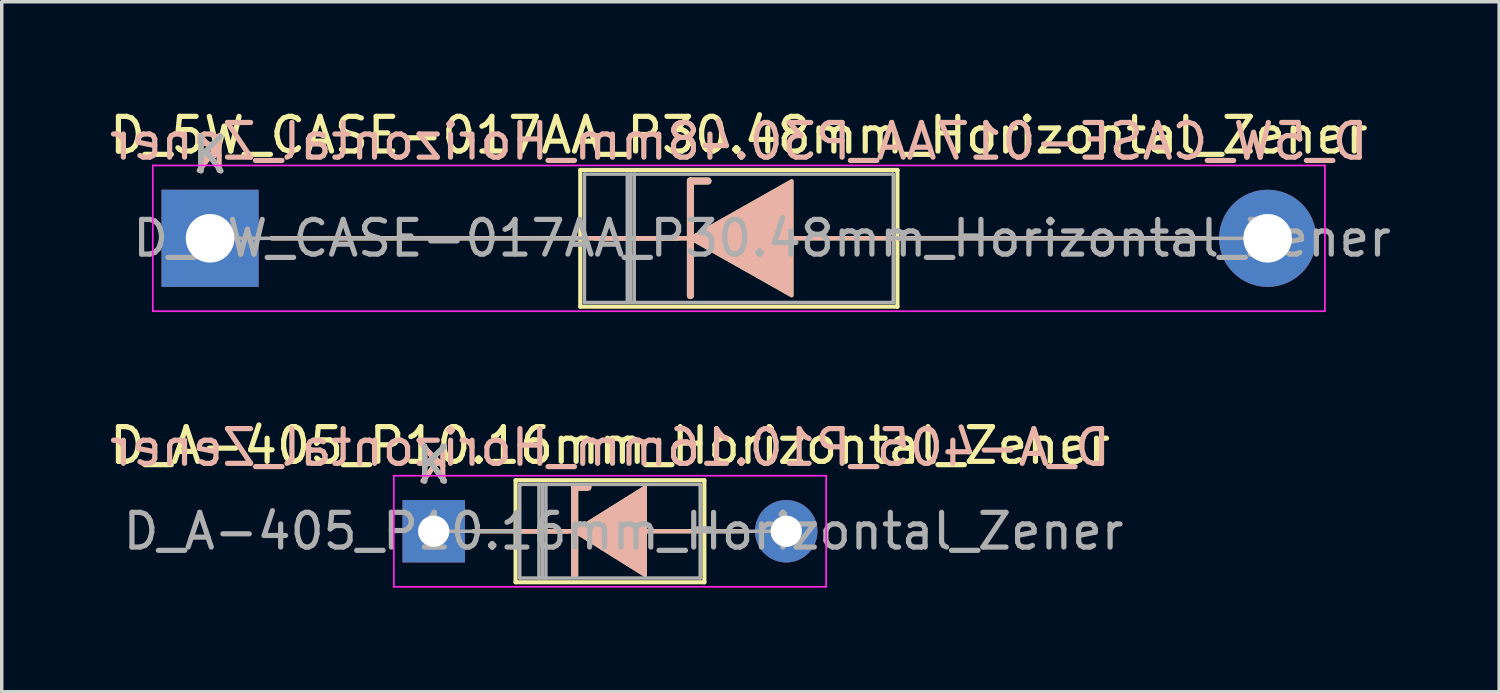
<source format=kicad_pcb>
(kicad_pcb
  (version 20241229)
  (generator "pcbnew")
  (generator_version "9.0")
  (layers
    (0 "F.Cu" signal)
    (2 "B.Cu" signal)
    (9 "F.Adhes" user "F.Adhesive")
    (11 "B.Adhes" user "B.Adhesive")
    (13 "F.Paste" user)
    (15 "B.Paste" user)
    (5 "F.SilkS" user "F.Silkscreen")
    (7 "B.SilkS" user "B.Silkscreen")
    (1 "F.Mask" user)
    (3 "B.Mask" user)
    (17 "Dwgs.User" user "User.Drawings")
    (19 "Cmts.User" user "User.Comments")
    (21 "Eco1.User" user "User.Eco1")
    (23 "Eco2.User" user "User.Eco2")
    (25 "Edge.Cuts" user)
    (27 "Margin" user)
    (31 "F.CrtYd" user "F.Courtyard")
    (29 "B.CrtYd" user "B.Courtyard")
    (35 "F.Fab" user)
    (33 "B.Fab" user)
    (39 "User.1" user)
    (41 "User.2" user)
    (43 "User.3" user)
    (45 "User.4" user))
  (footprint "D_5W_CASE-017AA_P30.48mm_Horizontal_Zener"
    (layer "F.Cu")
    (at 3.004 3.818)
    (property "Reference" "D_5W_CASE-017AA_P30.48mm_Horizontal_Zener" (at 15.24 -2.97 0) (layer "F.SilkS") (effects (font (size 1 1) (thickness 0.15))))
    (fp_line (start 1.778 0) (end 13.843 0) (stroke (width 0.12) (type solid)) (layer "F.SilkS"))
    (fp_line (start 10.67 -1.97) (end 10.67 1.97) (stroke (width 0.12) (type solid)) (layer "F.SilkS"))
    (fp_line (start 10.67 1.97) (end 19.81 1.97) (stroke (width 0.12) (type solid)) (layer "F.SilkS"))
    (fp_line (start 13.49 0) (end 11.09 0) (stroke (width 0.12) (type solid)) (layer "F.SilkS"))
    (fp_line (start 13.843 -1.651) (end 13.843 1.651) (stroke (width 0.2) (type solid)) (layer "F.SilkS"))
    (fp_line (start 13.843 -1.651) (end 14.351 -1.651) (stroke (width 0.2) (type solid)) (layer "F.SilkS"))
    (fp_line (start 19.81 -1.97) (end 10.67 -1.97) (stroke (width 0.12) (type solid)) (layer "F.SilkS"))
    (fp_line (start 19.81 1.97) (end 19.81 -1.97) (stroke (width 0.12) (type solid)) (layer "F.SilkS"))
    (fp_line (start 28.702 0) (end 16.51 0) (stroke (width 0.12) (type solid)) (layer "F.SilkS"))
    (fp_poly (pts (xy 16.764 1.651) (xy 13.843 0) (xy 16.764 -1.651)) (stroke (width 0.1) (type solid)) (fill yes) (layer "F.SilkS"))
    (fp_line (start 1.778 0) (end 13.843 0) (stroke (width 0.12) (type solid)) (layer "B.SilkS"))
    (fp_line (start 13.49 0) (end 11.09 0) (stroke (width 0.12) (type solid)) (layer "B.SilkS"))
    (fp_line (start 13.843 -1.651) (end 14.351 -1.651) (stroke (width 0.2) (type solid)) (layer "B.SilkS"))
    (fp_line (start 13.843 1.651) (end 13.843 -1.651) (stroke (width 0.2) (type solid)) (layer "B.SilkS"))
    (fp_line (start 28.702 0) (end 16.51 0) (stroke (width 0.12) (type solid)) (layer "B.SilkS"))
    (fp_poly (pts (xy 16.764 -1.651) (xy 13.843 0) (xy 16.764 1.651)) (stroke (width 0.1) (type solid)) (fill yes) (layer "B.SilkS"))
    (fp_line (start -1.65 -2.1) (end -1.65 2.1) (stroke (width 0.05) (type solid)) (layer "F.CrtYd"))
    (fp_line (start -1.65 2.1) (end 32.13 2.1) (stroke (width 0.05) (type solid)) (layer "F.CrtYd"))
    (fp_line (start 32.13 -2.1) (end -1.65 -2.1) (stroke (width 0.05) (type solid)) (layer "F.CrtYd"))
    (fp_line (start 32.13 2.1) (end 32.13 -2.1) (stroke (width 0.05) (type solid)) (layer "F.CrtYd"))
    (fp_line (start 0 0) (end 10.79 0) (stroke (width 0.1) (type solid)) (layer "F.Fab"))
    (fp_line (start 10.79 -1.85) (end 10.79 1.85) (stroke (width 0.1) (type solid)) (layer "F.Fab"))
    (fp_line (start 10.79 1.85) (end 19.69 1.85) (stroke (width 0.1) (type solid)) (layer "F.Fab"))
    (fp_line (start 12.025 -1.85) (end 12.025 1.85) (stroke (width 0.1) (type solid)) (layer "F.Fab"))
    (fp_line (start 12.125 -1.85) (end 12.125 1.85) (stroke (width 0.1) (type solid)) (layer "F.Fab"))
    (fp_line (start 12.225 -1.85) (end 12.225 1.85) (stroke (width 0.1) (type solid)) (layer "F.Fab"))
    (fp_line (start 19.69 -1.85) (end 10.79 -1.85) (stroke (width 0.1) (type solid)) (layer "F.Fab"))
    (fp_line (start 19.69 1.85) (end 19.69 -1.85) (stroke (width 0.1) (type solid)) (layer "F.Fab"))
    (fp_line (start 30.48 0) (end 19.69 0) (stroke (width 0.1) (type solid)) (layer "F.Fab"))
    (fp_text user "K" (at 0 -2.4 0) (layer "F.SilkS") (effects (font (size 1 1) (thickness 0.15))))
    (fp_text user "${REFERENCE}" (at 15.24 -2.794 0) (layer "B.SilkS") (effects (font (size 1 1) (thickness 0.15)) (justify mirror)))
    (fp_text user "K" (at 0 -2.413 0) (layer "B.SilkS") (effects (font (size 1 1) (thickness 0.15)) (justify mirror)))
    (fp_text user "K" (at 0 -2.4 0) (layer "F.Fab") (effects (font (size 1 1) (thickness 0.15))))
    (fp_text user "${REFERENCE}" (at 15.908 0 0) (layer "F.Fab") (effects (font (size 1 1) (thickness 0.15))))
    (pad "1" thru_hole rect (at 0 0) (size 2.8 2.8) (drill 1.4) (layers "*.Cu" "*.Mask"))
    (pad "2" thru_hole oval (at 30.48 0) (size 2.8 2.8) (drill 1.4) (layers "*.Cu" "*.Mask")))
  (footprint "D_A-405_P10.16mm_Horizontal_Zener"
    (layer "F.Cu")
    (at 9.45 12.261)
    (property "Reference" "D_A-405_P10.16mm_Horizontal_Zener" (at 5.08 -2.47 0) (layer "F.SilkS") (effects (font (size 1 1) (thickness 0.15))))
    (fp_line (start 1.14 0) (end 2.36 0) (stroke (width 0.12) (type solid)) (layer "F.SilkS"))
    (fp_line (start 2.36 -1.47) (end 2.36 1.47) (stroke (width 0.12) (type solid)) (layer "F.SilkS"))
    (fp_line (start 2.36 1.47) (end 7.8 1.47) (stroke (width 0.12) (type solid)) (layer "F.SilkS"))
    (fp_line (start 2.54 0) (end 4.064 0) (stroke (width 0.12) (type solid)) (layer "F.SilkS"))
    (fp_line (start 3.87 0) (end 2.36 0) (stroke (width 0.12) (type solid)) (layer "F.SilkS"))
    (fp_line (start 4.064 -1.27) (end 4.064 1.27) (stroke (width 0.2) (type solid)) (layer "F.SilkS"))
    (fp_line (start 4.064 -1.27) (end 4.445 -1.27) (stroke (width 0.2) (type solid)) (layer "F.SilkS"))
    (fp_line (start 7.8 -1.47) (end 2.36 -1.47) (stroke (width 0.12) (type solid)) (layer "F.SilkS"))
    (fp_line (start 7.8 0) (end 6.096 0) (stroke (width 0.12) (type solid)) (layer "F.SilkS"))
    (fp_line (start 7.8 1.47) (end 7.8 -1.47) (stroke (width 0.12) (type solid)) (layer "F.SilkS"))
    (fp_line (start 9.02 0) (end 7.8 0) (stroke (width 0.12) (type solid)) (layer "F.SilkS"))
    (fp_poly (pts (xy 6.096 1.27) (xy 4.064 0) (xy 6.096 -1.27)) (stroke (width 0.1) (type solid)) (fill yes) (layer "F.SilkS"))
    (fp_line (start 1.14 0) (end 2.36 0) (stroke (width 0.12) (type solid)) (layer "B.SilkS"))
    (fp_line (start 2.54 0) (end 4.064 0) (stroke (width 0.12) (type solid)) (layer "B.SilkS"))
    (fp_line (start 3.87 0) (end 2.36 0) (stroke (width 0.12) (type solid)) (layer "B.SilkS"))
    (fp_line (start 4.064 -1.27) (end 4.445 -1.27) (stroke (width 0.2) (type solid)) (layer "B.SilkS"))
    (fp_line (start 4.064 1.27) (end 4.064 -1.27) (stroke (width 0.2) (type solid)) (layer "B.SilkS"))
    (fp_line (start 7.8 0) (end 6.096 0) (stroke (width 0.12) (type solid)) (layer "B.SilkS"))
    (fp_line (start 9.02 0) (end 7.8 0) (stroke (width 0.12) (type solid)) (layer "B.SilkS"))
    (fp_poly (pts (xy 6.096 -1.27) (xy 4.064 0) (xy 6.096 1.27)) (stroke (width 0.1) (type solid)) (fill yes) (layer "B.SilkS"))
    (fp_line (start -1.15 -1.6) (end -1.15 1.6) (stroke (width 0.05) (type solid)) (layer "F.CrtYd"))
    (fp_line (start -1.15 1.6) (end 11.31 1.6) (stroke (width 0.05) (type solid)) (layer "F.CrtYd"))
    (fp_line (start 11.31 -1.6) (end -1.15 -1.6) (stroke (width 0.05) (type solid)) (layer "F.CrtYd"))
    (fp_line (start 11.31 1.6) (end 11.31 -1.6) (stroke (width 0.05) (type solid)) (layer "F.CrtYd"))
    (fp_line (start 0 0) (end 2.48 0) (stroke (width 0.1) (type solid)) (layer "F.Fab"))
    (fp_line (start 2.48 -1.35) (end 2.48 1.35) (stroke (width 0.1) (type solid)) (layer "F.Fab"))
    (fp_line (start 2.48 1.35) (end 7.68 1.35) (stroke (width 0.1) (type solid)) (layer "F.Fab"))
    (fp_line (start 3.033 -1.35) (end 3.033 1.35) (stroke (width 0.1) (type solid)) (layer "F.Fab"))
    (fp_line (start 3.133 -1.35) (end 3.133 1.35) (stroke (width 0.1) (type solid)) (layer "F.Fab"))
    (fp_line (start 3.233 -1.35) (end 3.233 1.35) (stroke (width 0.1) (type solid)) (layer "F.Fab"))
    (fp_line (start 7.68 -1.35) (end 2.48 -1.35) (stroke (width 0.1) (type solid)) (layer "F.Fab"))
    (fp_line (start 7.68 1.35) (end 7.68 -1.35) (stroke (width 0.1) (type solid)) (layer "F.Fab"))
    (fp_line (start 10.16 0) (end 7.68 0) (stroke (width 0.1) (type solid)) (layer "F.Fab"))
    (fp_text user "K" (at 0 -1.905 0) (layer "F.SilkS") (effects (font (size 1 1) (thickness 0.15))))
    (fp_text user "${REFERENCE}" (at 5.08 -2.413 0) (layer "B.SilkS") (effects (font (size 1 1) (thickness 0.15)) (justify mirror)))
    (fp_text user "K" (at 0 -1.91 0) (layer "B.SilkS") (effects (font (size 1 1) (thickness 0.15)) (justify mirror)))
    (fp_text user "K" (at 0 -1.9 0) (layer "F.Fab") (effects (font (size 1 1) (thickness 0.15))))
    (fp_text user "K" (at 0 -1.905 0) (layer "F.Fab") (effects (font (size 1 1) (thickness 0.15))))
    (fp_text user "${REFERENCE}" (at 5.47 0 0) (layer "F.Fab") (effects (font (size 1 1) (thickness 0.15))))
    (pad "1" thru_hole rect (at 0 0) (size 1.8 1.8) (drill 0.9) (layers "*.Cu" "*.Mask"))
    (pad "2" thru_hole oval (at 10.16 0) (size 1.8 1.8) (drill 0.9) (layers "*.Cu" "*.Mask")))
  (gr_rect
    (start -3 -3)
    (end 40.156 16.887)
    (stroke (width 0.1) (type default))
    (fill no)
    (layer "Edge.Cuts")))
</source>
